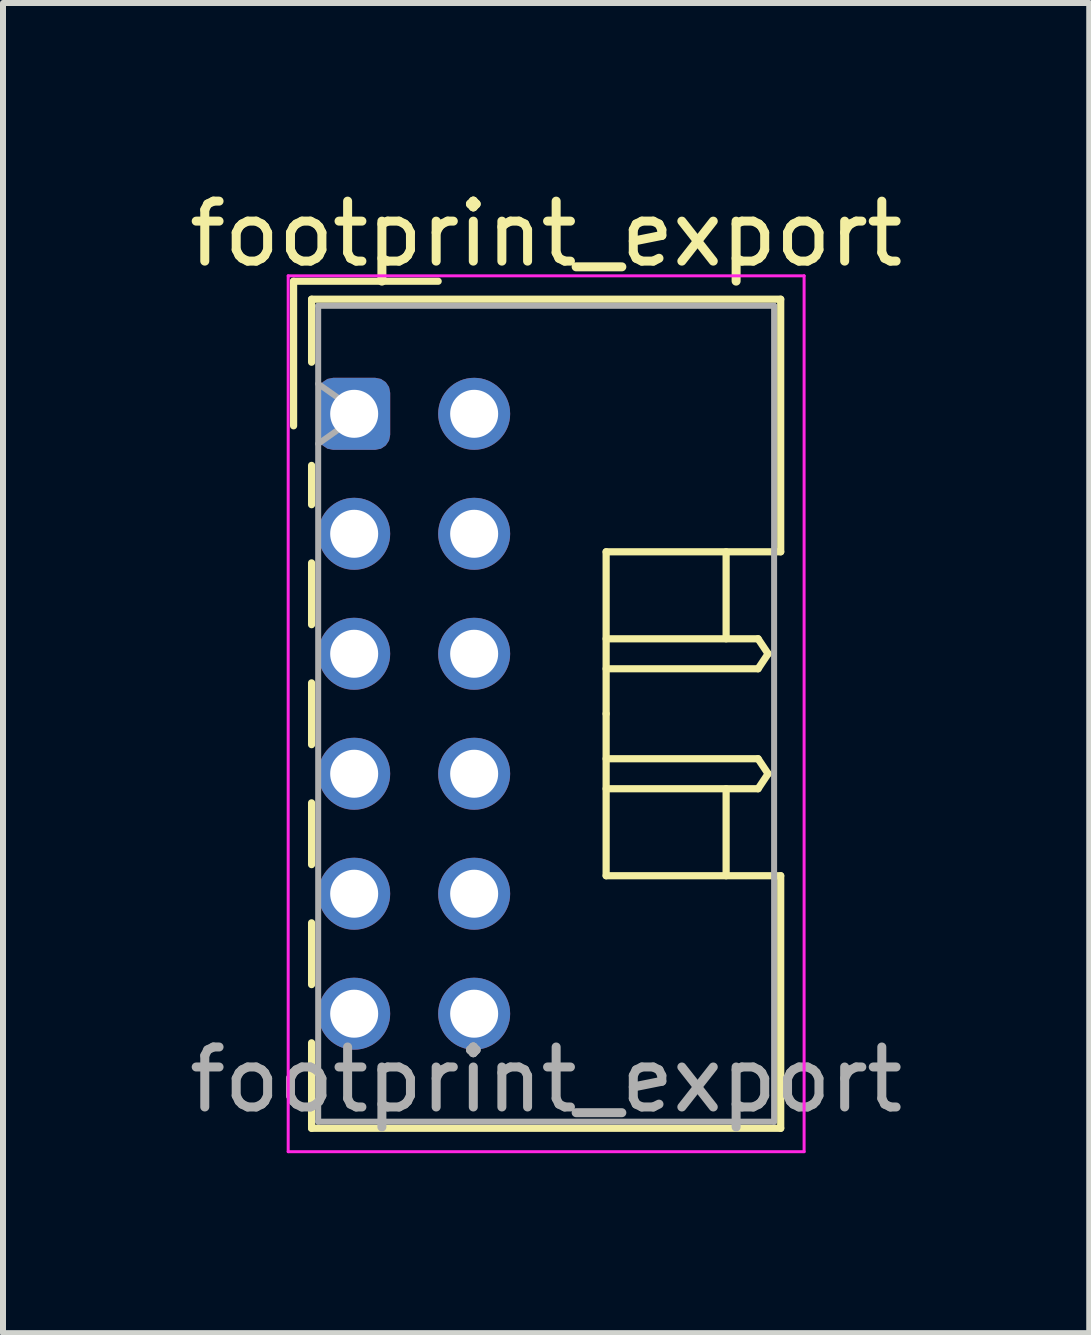
<source format=kicad_pcb>
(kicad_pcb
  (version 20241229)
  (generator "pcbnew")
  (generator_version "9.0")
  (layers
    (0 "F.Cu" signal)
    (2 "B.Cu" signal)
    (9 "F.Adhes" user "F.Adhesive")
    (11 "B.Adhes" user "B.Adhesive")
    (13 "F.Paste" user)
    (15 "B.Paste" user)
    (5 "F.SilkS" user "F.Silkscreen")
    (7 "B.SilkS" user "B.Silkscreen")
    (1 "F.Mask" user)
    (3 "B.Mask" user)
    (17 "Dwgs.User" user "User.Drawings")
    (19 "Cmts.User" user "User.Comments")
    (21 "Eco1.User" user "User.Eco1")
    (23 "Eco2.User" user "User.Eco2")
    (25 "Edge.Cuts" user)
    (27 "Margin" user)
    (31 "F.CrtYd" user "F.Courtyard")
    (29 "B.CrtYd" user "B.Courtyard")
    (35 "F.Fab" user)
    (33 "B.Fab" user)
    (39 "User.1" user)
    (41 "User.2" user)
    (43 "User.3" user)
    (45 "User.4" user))
  (footprint "footprint_export"
    (layer "F.Cu")
    (at 2.854 3.848)
    (property "Reference" "footprint_export" (at 3.2 -3 0) (layer "F.SilkS") (effects (font (size 1 1) (thickness 0.15))))
    (attr through_hole)
    (fp_line (start -1.01 -2.21) (end -1.01 0.2) (stroke (width 0.12) (type solid)) (layer "F.SilkS"))
    (fp_line (start -0.71 -1.91) (end -0.71 -0.86) (stroke (width 0.12) (type solid)) (layer "F.SilkS"))
    (fp_line (start -0.71 -1.91) (end 7.11 -1.91) (stroke (width 0.12) (type solid)) (layer "F.SilkS"))
    (fp_line (start -0.71 0.86) (end -0.71 1.515) (stroke (width 0.12) (type solid)) (layer "F.SilkS"))
    (fp_line (start -0.71 2.485) (end -0.71 3.515) (stroke (width 0.12) (type solid)) (layer "F.SilkS"))
    (fp_line (start -0.71 4.485) (end -0.71 5.515) (stroke (width 0.12) (type solid)) (layer "F.SilkS"))
    (fp_line (start -0.71 6.485) (end -0.71 7.515) (stroke (width 0.12) (type solid)) (layer "F.SilkS"))
    (fp_line (start -0.71 8.485) (end -0.71 9.515) (stroke (width 0.12) (type solid)) (layer "F.SilkS"))
    (fp_line (start -0.71 10.485) (end -0.71 11.91) (stroke (width 0.12) (type solid)) (layer "F.SilkS"))
    (fp_line (start -0.71 11.91) (end 7.11 11.91) (stroke (width 0.12) (type solid)) (layer "F.SilkS"))
    (fp_line (start 1.4 -2.21) (end -1.01 -2.21) (stroke (width 0.12) (type solid)) (layer "F.SilkS"))
    (fp_line (start 4.2 2.3) (end 4.2 5) (stroke (width 0.12) (type solid)) (layer "F.SilkS"))
    (fp_line (start 4.2 3.75) (end 6.733 3.75) (stroke (width 0.12) (type solid)) (layer "F.SilkS"))
    (fp_line (start 4.2 5.75) (end 6.733 5.75) (stroke (width 0.12) (type solid)) (layer "F.SilkS"))
    (fp_line (start 4.2 7.7) (end 4.2 5) (stroke (width 0.12) (type solid)) (layer "F.SilkS"))
    (fp_line (start 6.2 2.3) (end 6.2 3.75) (stroke (width 0.12) (type solid)) (layer "F.SilkS"))
    (fp_line (start 6.2 7.7) (end 6.2 6.25) (stroke (width 0.12) (type solid)) (layer "F.SilkS"))
    (fp_line (start 6.733 3.75) (end 6.9 4) (stroke (width 0.12) (type solid)) (layer "F.SilkS"))
    (fp_line (start 6.733 4.25) (end 4.2 4.25) (stroke (width 0.12) (type solid)) (layer "F.SilkS"))
    (fp_line (start 6.733 5.75) (end 6.9 6) (stroke (width 0.12) (type solid)) (layer "F.SilkS"))
    (fp_line (start 6.733 6.25) (end 4.2 6.25) (stroke (width 0.12) (type solid)) (layer "F.SilkS"))
    (fp_line (start 6.9 4) (end 6.733 4.25) (stroke (width 0.12) (type solid)) (layer "F.SilkS"))
    (fp_line (start 6.9 6) (end 6.733 6.25) (stroke (width 0.12) (type solid)) (layer "F.SilkS"))
    (fp_line (start 7.11 -1.91) (end 7.11 2.3) (stroke (width 0.12) (type solid)) (layer "F.SilkS"))
    (fp_line (start 7.11 2.3) (end 4.2 2.3) (stroke (width 0.12) (type solid)) (layer "F.SilkS"))
    (fp_line (start 7.11 7.7) (end 4.2 7.7) (stroke (width 0.12) (type solid)) (layer "F.SilkS"))
    (fp_line (start 7.11 11.91) (end 7.11 7.7) (stroke (width 0.12) (type solid)) (layer "F.SilkS"))
    (fp_line (start -1.1 -2.3) (end -1.1 12.3) (stroke (width 0.05) (type solid)) (layer "F.CrtYd"))
    (fp_line (start -1.1 12.3) (end 7.5 12.3) (stroke (width 0.05) (type solid)) (layer "F.CrtYd"))
    (fp_line (start 7.5 -2.3) (end -1.1 -2.3) (stroke (width 0.05) (type solid)) (layer "F.CrtYd"))
    (fp_line (start 7.5 12.3) (end 7.5 -2.3) (stroke (width 0.05) (type solid)) (layer "F.CrtYd"))
    (fp_line (start -0.6 -1.8) (end -0.6 11.8) (stroke (width 0.1) (type solid)) (layer "F.Fab"))
    (fp_line (start -0.6 0.5) (end 0.107 0) (stroke (width 0.1) (type solid)) (layer "F.Fab"))
    (fp_line (start -0.6 11.8) (end 7 11.8) (stroke (width 0.1) (type solid)) (layer "F.Fab"))
    (fp_line (start 0.107 0) (end -0.6 -0.5) (stroke (width 0.1) (type solid)) (layer "F.Fab"))
    (fp_line (start 7 -1.8) (end -0.6 -1.8) (stroke (width 0.1) (type solid)) (layer "F.Fab"))
    (fp_line (start 7 11.8) (end 7 -1.8) (stroke (width 0.1) (type solid)) (layer "F.Fab"))
    (fp_text user "${REFERENCE}" (at 3.2 11.1 0) (layer "F.Fab") (effects (font (size 1 1) (thickness 0.15))))
    (pad "a1" thru_hole roundrect (at 0 0) (size 1.2 1.2) (drill 0.8) (layers "*.Cu" "*.Mask") (roundrect_rratio 0.208))
    (pad "a2" thru_hole circle (at 0 2) (size 1.2 1.2) (drill 0.8) (layers "*.Cu" "*.Mask"))
    (pad "a3" thru_hole circle (at 0 4) (size 1.2 1.2) (drill 0.8) (layers "*.Cu" "*.Mask"))
    (pad "a4" thru_hole circle (at 0 6) (size 1.2 1.2) (drill 0.8) (layers "*.Cu" "*.Mask"))
    (pad "a5" thru_hole circle (at 0 8) (size 1.2 1.2) (drill 0.8) (layers "*.Cu" "*.Mask"))
    (pad "a6" thru_hole circle (at 0 10) (size 1.2 1.2) (drill 0.8) (layers "*.Cu" "*.Mask"))
    (pad "b1" thru_hole circle (at 2 0) (size 1.2 1.2) (drill 0.8) (layers "*.Cu" "*.Mask"))
    (pad "b2" thru_hole circle (at 2 2) (size 1.2 1.2) (drill 0.8) (layers "*.Cu" "*.Mask"))
    (pad "b3" thru_hole circle (at 2 4) (size 1.2 1.2) (drill 0.8) (layers "*.Cu" "*.Mask"))
    (pad "b4" thru_hole circle (at 2 6) (size 1.2 1.2) (drill 0.8) (layers "*.Cu" "*.Mask"))
    (pad "b5" thru_hole circle (at 2 8) (size 1.2 1.2) (drill 0.8) (layers "*.Cu" "*.Mask"))
    (pad "b6" thru_hole circle (at 2 10) (size 1.2 1.2) (drill 0.8) (layers "*.Cu" "*.Mask")))
  (gr_rect
    (start -3 -3)
    (end 15.107 19.173)
    (stroke (width 0.1) (type default))
    (fill no)
    (layer "Edge.Cuts")))
</source>
